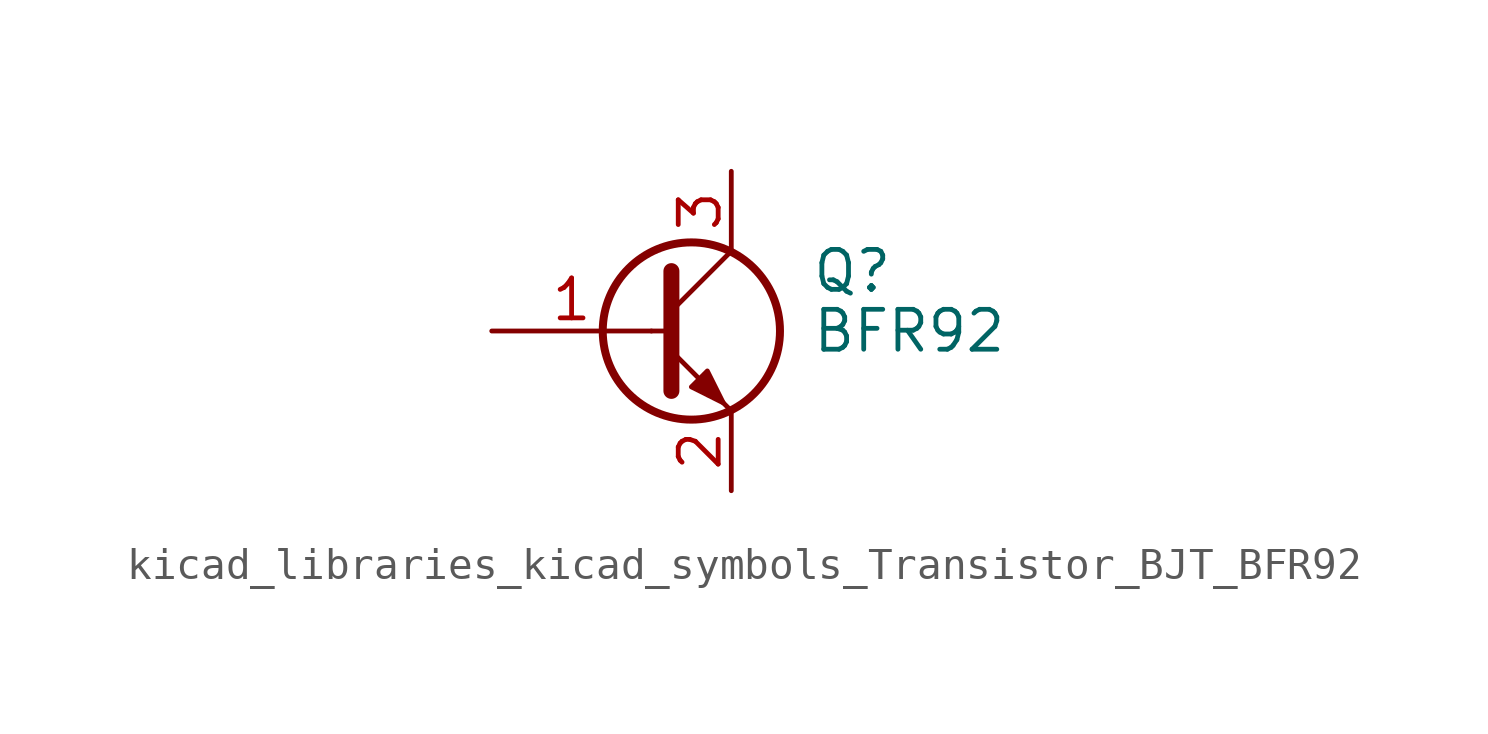
<source format=kicad_sym>
(kicad_symbol_lib
  (version 20220914)
  (generator kicad_symbol_editor)
  (symbol "kicad_libraries_kicad_symbols_Transistor_BJT_BFR92"
    (pin_names
      (offset 0) hide)
    (property "Reference" "Q"
      (at 5.08 1.905 0)
      (effects (font (size 1.27 1.27)) (justify left)))
    (property "Value" "BFR92"
      (at 5.08 0 0)
      (effects (font (size 1.27 1.27)) (justify left)))
    (symbol "kicad_libraries_kicad_symbols_Transistor_BJT_BFR92_0_1"
      (polyline (pts (xy 0 0) (xy 0.635 0)) (stroke (width 0) (type default)) (fill (type none)))
      (polyline (pts (xy 0.635 0.635) (xy 2.54 2.54)) (stroke (width 0) (type default)) (fill (type none)))
      (polyline (pts (xy 2.54 -2.54) (xy 0.635 -0.635)) (stroke (width 0) (type default)) (fill (type none)))
      (polyline (pts (xy 0.635 1.905) (xy 0.635 0) (xy 0.635 -1.905) (xy 0.635 -1.905)) (stroke (width 0.508) (type default)) (fill (type none)))
      (polyline (pts (xy 2.286 -2.286) (xy 1.778 -1.27) (xy 1.27 -1.778) (xy 2.286 -2.286) (xy 2.286 -2.286)) (stroke (width 0) (type default)) (fill (type outline)))
      (circle (center 1.27 0) (radius 2.819) (stroke (width 0.254) (type default)) (fill (type none))))
    (symbol "kicad_libraries_kicad_symbols_Transistor_BJT_BFR92_1_1"
      (pin input line (at -5.08 0 0) (length 5.08) (name "B" (effects (font (size 1.27 1.27)))) (number "1" (effects (font (size 1.27 1.27)))))
      (pin passive line (at 2.54 -5.08 90) (length 2.54) (name "E" (effects (font (size 1.27 1.27)))) (number "2" (effects (font (size 1.27 1.27)))))
      (pin passive line (at 2.54 5.08 270) (length 2.54) (name "C" (effects (font (size 1.27 1.27)))) (number "3" (effects (font (size 1.27 1.27))))))))
</source>
